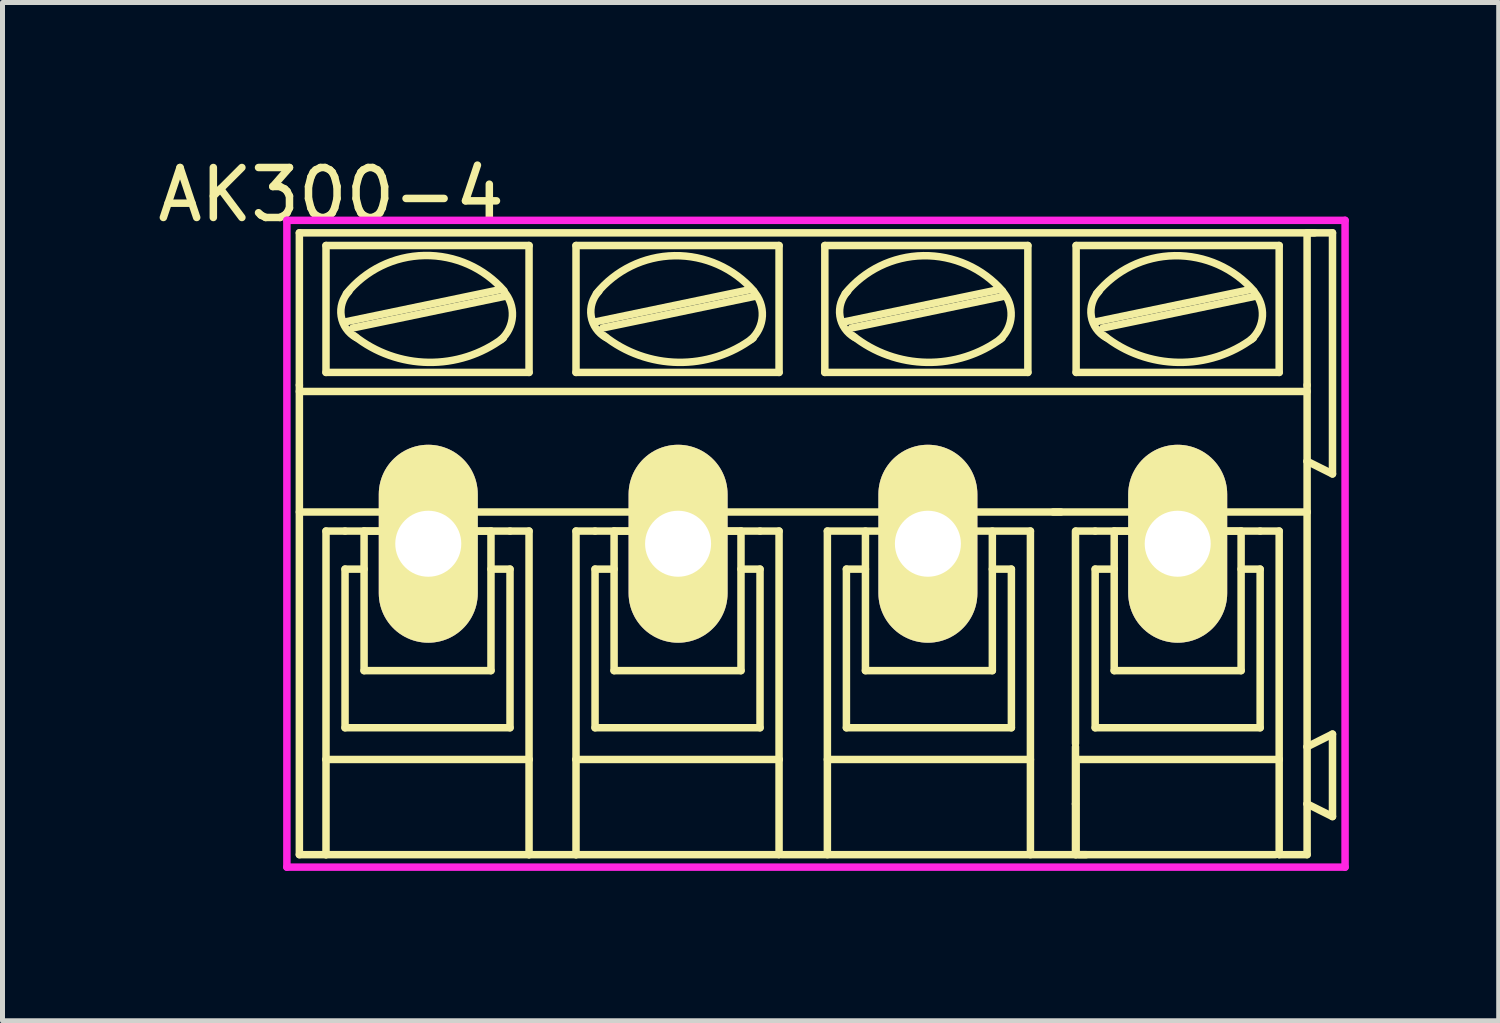
<source format=kicad_pcb>
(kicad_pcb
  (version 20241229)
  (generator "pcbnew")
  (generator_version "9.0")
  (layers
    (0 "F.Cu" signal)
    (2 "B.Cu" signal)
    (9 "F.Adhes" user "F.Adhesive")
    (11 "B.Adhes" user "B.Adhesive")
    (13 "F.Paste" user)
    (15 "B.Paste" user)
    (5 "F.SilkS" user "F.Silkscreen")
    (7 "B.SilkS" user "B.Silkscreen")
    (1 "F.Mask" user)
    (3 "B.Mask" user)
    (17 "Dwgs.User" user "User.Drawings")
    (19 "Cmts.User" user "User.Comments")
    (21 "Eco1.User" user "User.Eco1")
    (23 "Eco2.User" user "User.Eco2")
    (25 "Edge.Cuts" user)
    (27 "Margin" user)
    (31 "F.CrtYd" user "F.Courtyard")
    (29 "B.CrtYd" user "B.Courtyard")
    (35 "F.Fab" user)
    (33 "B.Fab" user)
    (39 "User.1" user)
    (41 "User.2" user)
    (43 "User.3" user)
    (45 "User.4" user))
  (footprint "AK300-4"
    (layer "F.Cu")
    (at 5.522 7.833)
    (property "Reference" "AK300-4" (at -1.945 -6.985 0) (layer "F.SilkS") (effects (font (size 1 1) (thickness 0.15))))
    (attr exclude_from_pos_files exclude_from_bom)
    (fp_line (start -2.58 -3.175) (end -2.58 -6.223) (stroke (width 0.15) (type solid)) (layer "F.SilkS"))
    (fp_line (start -2.58 -0.635) (end -2.58 -3.175) (stroke (width 0.15) (type solid)) (layer "F.SilkS"))
    (fp_line (start -2.58 6.223) (end -2.58 -0.635) (stroke (width 0.15) (type solid)) (layer "F.SilkS"))
    (fp_line (start -2.58 6.223) (end -2.047 6.223) (stroke (width 0.15) (type solid)) (layer "F.SilkS"))
    (fp_line (start -2.047 -3.429) (end -2.047 -5.969) (stroke (width 0.15) (type solid)) (layer "F.SilkS"))
    (fp_line (start -2.047 -0.254) (end -2.047 4.318) (stroke (width 0.15) (type solid)) (layer "F.SilkS"))
    (fp_line (start -2.047 -0.254) (end -1.666 -0.254) (stroke (width 0.15) (type solid)) (layer "F.SilkS"))
    (fp_line (start -2.047 4.318) (end -2.047 6.223) (stroke (width 0.15) (type solid)) (layer "F.SilkS"))
    (fp_line (start -2.047 6.223) (end 2.017 6.223) (stroke (width 0.15) (type solid)) (layer "F.SilkS"))
    (fp_line (start -1.666 0.508) (end -1.285 0.508) (stroke (width 0.15) (type solid)) (layer "F.SilkS"))
    (fp_line (start -1.666 3.683) (end -1.666 0.508) (stroke (width 0.15) (type solid)) (layer "F.SilkS"))
    (fp_line (start -1.64 -4.445) (end 1.41 -5.08) (stroke (width 0.15) (type solid)) (layer "F.SilkS"))
    (fp_line (start -1.513 -4.318) (end 1.535 -4.953) (stroke (width 0.15) (type solid)) (layer "F.SilkS"))
    (fp_line (start -1.285 -0.254) (end 1.255 -0.254) (stroke (width 0.15) (type solid)) (layer "F.SilkS"))
    (fp_line (start -1.285 2.54) (end -1.285 -0.254) (stroke (width 0.15) (type solid)) (layer "F.SilkS"))
    (fp_line (start -1.285 2.54) (end 1.255 2.54) (stroke (width 0.15) (type solid)) (layer "F.SilkS"))
    (fp_line (start 1.255 2.54) (end 1.255 -0.254) (stroke (width 0.15) (type solid)) (layer "F.SilkS"))
    (fp_line (start 1.636 -0.254) (end -1.666 -0.254) (stroke (width 0.15) (type solid)) (layer "F.SilkS"))
    (fp_line (start 1.636 0.508) (end 1.255 0.508) (stroke (width 0.15) (type solid)) (layer "F.SilkS"))
    (fp_line (start 1.636 3.683) (end -1.666 3.683) (stroke (width 0.15) (type solid)) (layer "F.SilkS"))
    (fp_line (start 1.636 3.683) (end 1.636 0.508) (stroke (width 0.15) (type solid)) (layer "F.SilkS"))
    (fp_line (start 2.017 -5.969) (end -2.047 -5.969) (stroke (width 0.15) (type solid)) (layer "F.SilkS"))
    (fp_line (start 2.017 -3.429) (end -2.047 -3.429) (stroke (width 0.15) (type solid)) (layer "F.SilkS"))
    (fp_line (start 2.017 -3.429) (end 2.017 -5.969) (stroke (width 0.15) (type solid)) (layer "F.SilkS"))
    (fp_line (start 2.017 -0.254) (end 1.636 -0.254) (stroke (width 0.15) (type solid)) (layer "F.SilkS"))
    (fp_line (start 2.017 4.318) (end -2.047 4.318) (stroke (width 0.15) (type solid)) (layer "F.SilkS"))
    (fp_line (start 2.017 4.318) (end 2.017 -0.254) (stroke (width 0.15) (type solid)) (layer "F.SilkS"))
    (fp_line (start 2.017 6.223) (end 2.017 4.318) (stroke (width 0.15) (type solid)) (layer "F.SilkS"))
    (fp_line (start 2.017 6.223) (end 2.957 6.223) (stroke (width 0.15) (type solid)) (layer "F.SilkS"))
    (fp_line (start 2.957 -5.969) (end 7.021 -5.969) (stroke (width 0.15) (type solid)) (layer "F.SilkS"))
    (fp_line (start 2.957 -3.429) (end 2.957 -5.969) (stroke (width 0.15) (type solid)) (layer "F.SilkS"))
    (fp_line (start 2.957 -0.254) (end 3.338 -0.254) (stroke (width 0.15) (type solid)) (layer "F.SilkS"))
    (fp_line (start 2.957 4.318) (end 2.957 -0.254) (stroke (width 0.15) (type solid)) (layer "F.SilkS"))
    (fp_line (start 2.957 4.318) (end 7.021 4.318) (stroke (width 0.15) (type solid)) (layer "F.SilkS"))
    (fp_line (start 2.957 6.223) (end 2.957 4.318) (stroke (width 0.15) (type solid)) (layer "F.SilkS"))
    (fp_line (start 2.957 6.223) (end 7.021 6.223) (stroke (width 0.15) (type solid)) (layer "F.SilkS"))
    (fp_line (start 3.338 -0.254) (end 6.64 -0.254) (stroke (width 0.15) (type solid)) (layer "F.SilkS"))
    (fp_line (start 3.338 0.508) (end 3.719 0.508) (stroke (width 0.15) (type solid)) (layer "F.SilkS"))
    (fp_line (start 3.338 3.683) (end 3.338 0.508) (stroke (width 0.15) (type solid)) (layer "F.SilkS"))
    (fp_line (start 3.364 -4.445) (end 6.412 -5.08) (stroke (width 0.15) (type solid)) (layer "F.SilkS"))
    (fp_line (start 3.491 -4.318) (end 6.539 -4.953) (stroke (width 0.15) (type solid)) (layer "F.SilkS"))
    (fp_line (start 3.719 -0.254) (end 6.259 -0.254) (stroke (width 0.15) (type solid)) (layer "F.SilkS"))
    (fp_line (start 3.719 2.54) (end 3.719 -0.254) (stroke (width 0.15) (type solid)) (layer "F.SilkS"))
    (fp_line (start 3.719 2.54) (end 6.259 2.54) (stroke (width 0.15) (type solid)) (layer "F.SilkS"))
    (fp_line (start 6.259 2.54) (end 6.259 -0.254) (stroke (width 0.15) (type solid)) (layer "F.SilkS"))
    (fp_line (start 6.64 0.508) (end 6.259 0.508) (stroke (width 0.15) (type solid)) (layer "F.SilkS"))
    (fp_line (start 6.64 3.683) (end 3.338 3.683) (stroke (width 0.15) (type solid)) (layer "F.SilkS"))
    (fp_line (start 6.64 3.683) (end 6.64 0.508) (stroke (width 0.15) (type solid)) (layer "F.SilkS"))
    (fp_line (start 7.021 -5.969) (end 7.021 -3.429) (stroke (width 0.15) (type solid)) (layer "F.SilkS"))
    (fp_line (start 7.021 -3.429) (end 2.957 -3.429) (stroke (width 0.15) (type solid)) (layer "F.SilkS"))
    (fp_line (start 7.021 -0.254) (end 6.64 -0.254) (stroke (width 0.15) (type solid)) (layer "F.SilkS"))
    (fp_line (start 7.021 -0.254) (end 7.021 4.318) (stroke (width 0.15) (type solid)) (layer "F.SilkS"))
    (fp_line (start 7.021 4.318) (end 7.021 6.223) (stroke (width 0.15) (type solid)) (layer "F.SilkS"))
    (fp_line (start 7.937 -5.969) (end 12.001 -5.969) (stroke (width 0.15) (type solid)) (layer "F.SilkS"))
    (fp_line (start 7.937 -3.429) (end 7.937 -5.969) (stroke (width 0.15) (type solid)) (layer "F.SilkS"))
    (fp_line (start 7.988 -0.254) (end 12.052 -0.254) (stroke (width 0.15) (type solid)) (layer "F.SilkS"))
    (fp_line (start 7.988 4.318) (end 12.052 4.318) (stroke (width 0.15) (type solid)) (layer "F.SilkS"))
    (fp_line (start 7.988 6.223) (end 7.988 -0.254) (stroke (width 0.15) (type solid)) (layer "F.SilkS"))
    (fp_line (start 8.344 -4.445) (end 11.392 -5.08) (stroke (width 0.15) (type solid)) (layer "F.SilkS"))
    (fp_line (start 8.369 0.508) (end 8.369 3.683) (stroke (width 0.15) (type solid)) (layer "F.SilkS"))
    (fp_line (start 8.369 0.508) (end 8.75 0.508) (stroke (width 0.15) (type solid)) (layer "F.SilkS"))
    (fp_line (start 8.369 3.683) (end 11.671 3.683) (stroke (width 0.15) (type solid)) (layer "F.SilkS"))
    (fp_line (start 8.471 -4.318) (end 11.519 -4.953) (stroke (width 0.15) (type solid)) (layer "F.SilkS"))
    (fp_line (start 8.75 -0.254) (end 8.75 2.54) (stroke (width 0.15) (type solid)) (layer "F.SilkS"))
    (fp_line (start 8.75 2.54) (end 11.29 2.54) (stroke (width 0.15) (type solid)) (layer "F.SilkS"))
    (fp_line (start 11.29 2.54) (end 11.29 -0.254) (stroke (width 0.15) (type solid)) (layer "F.SilkS"))
    (fp_line (start 11.671 0.508) (end 11.29 0.508) (stroke (width 0.15) (type solid)) (layer "F.SilkS"))
    (fp_line (start 11.671 3.683) (end 11.671 0.508) (stroke (width 0.15) (type solid)) (layer "F.SilkS"))
    (fp_line (start 12.001 -5.969) (end 12.001 -3.429) (stroke (width 0.15) (type solid)) (layer "F.SilkS"))
    (fp_line (start 12.001 -3.429) (end 7.937 -3.429) (stroke (width 0.15) (type solid)) (layer "F.SilkS"))
    (fp_line (start 12.052 6.223) (end 12.052 -0.254) (stroke (width 0.15) (type solid)) (layer "F.SilkS"))
    (fp_line (start 12.51 -0.635) (end 17.59 -0.635) (stroke (width 0.15) (type solid)) (layer "F.SilkS"))
    (fp_line (start 12.66 -0.635) (end -2.517 -0.635) (stroke (width 0.15) (type solid)) (layer "F.SilkS"))
    (fp_line (start 12.954 4) (end 12.954 -0.254) (stroke (width 0.15) (type solid)) (layer "F.SilkS"))
    (fp_line (start 12.954 4.064) (end 12.954 5.207) (stroke (width 0.15) (type solid)) (layer "F.SilkS"))
    (fp_line (start 12.954 5.207) (end 12.954 6.223) (stroke (width 0.15) (type solid)) (layer "F.SilkS"))
    (fp_line (start 12.967 -5.969) (end 17.031 -5.969) (stroke (width 0.15) (type solid)) (layer "F.SilkS"))
    (fp_line (start 12.967 -3.429) (end 12.967 -5.969) (stroke (width 0.15) (type solid)) (layer "F.SilkS"))
    (fp_line (start 12.967 -0.254) (end 13.348 -0.254) (stroke (width 0.15) (type solid)) (layer "F.SilkS"))
    (fp_line (start 12.967 4.318) (end 17.031 4.318) (stroke (width 0.15) (type solid)) (layer "F.SilkS"))
    (fp_line (start 12.967 6.223) (end 12.967 4.318) (stroke (width 0.15) (type solid)) (layer "F.SilkS"))
    (fp_line (start 13.168 6.223) (end 7.072 6.223) (stroke (width 0.15) (type solid)) (layer "F.SilkS"))
    (fp_line (start 13.348 -0.254) (end 16.65 -0.254) (stroke (width 0.15) (type solid)) (layer "F.SilkS"))
    (fp_line (start 13.348 0.508) (end 13.729 0.508) (stroke (width 0.15) (type solid)) (layer "F.SilkS"))
    (fp_line (start 13.348 3.683) (end 13.348 0.508) (stroke (width 0.15) (type solid)) (layer "F.SilkS"))
    (fp_line (start 13.374 -4.445) (end 16.422 -5.08) (stroke (width 0.15) (type solid)) (layer "F.SilkS"))
    (fp_line (start 13.501 -4.318) (end 16.549 -4.953) (stroke (width 0.15) (type solid)) (layer "F.SilkS"))
    (fp_line (start 13.729 -0.254) (end 16.269 -0.254) (stroke (width 0.15) (type solid)) (layer "F.SilkS"))
    (fp_line (start 13.729 2.54) (end 13.729 -0.254) (stroke (width 0.15) (type solid)) (layer "F.SilkS"))
    (fp_line (start 13.729 2.54) (end 16.269 2.54) (stroke (width 0.15) (type solid)) (layer "F.SilkS"))
    (fp_line (start 16.269 2.54) (end 16.269 -0.254) (stroke (width 0.15) (type solid)) (layer "F.SilkS"))
    (fp_line (start 16.65 0.508) (end 16.269 0.508) (stroke (width 0.15) (type solid)) (layer "F.SilkS"))
    (fp_line (start 16.65 3.683) (end 13.348 3.683) (stroke (width 0.15) (type solid)) (layer "F.SilkS"))
    (fp_line (start 16.65 3.683) (end 16.65 0.508) (stroke (width 0.15) (type solid)) (layer "F.SilkS"))
    (fp_line (start 16.955 6.223) (end 13.018 6.223) (stroke (width 0.15) (type solid)) (layer "F.SilkS"))
    (fp_line (start 17.031 -5.969) (end 17.031 -3.429) (stroke (width 0.15) (type solid)) (layer "F.SilkS"))
    (fp_line (start 17.031 -3.429) (end 12.967 -3.429) (stroke (width 0.15) (type solid)) (layer "F.SilkS"))
    (fp_line (start 17.031 -0.254) (end 16.65 -0.254) (stroke (width 0.15) (type solid)) (layer "F.SilkS"))
    (fp_line (start 17.031 -0.254) (end 17.031 4.318) (stroke (width 0.15) (type solid)) (layer "F.SilkS"))
    (fp_line (start 17.031 4.318) (end 17.031 6.223) (stroke (width 0.15) (type solid)) (layer "F.SilkS"))
    (fp_line (start 17.031 6.223) (end 17.59 6.223) (stroke (width 0.15) (type solid)) (layer "F.SilkS"))
    (fp_line (start 17.59 -6.223) (end 17.59 -3.175) (stroke (width 0.15) (type solid)) (layer "F.SilkS"))
    (fp_line (start 17.59 -6.223) (end 18.098 -6.223) (stroke (width 0.15) (type solid)) (layer "F.SilkS"))
    (fp_line (start 17.59 -3.175) (end 17.59 -1.651) (stroke (width 0.15) (type solid)) (layer "F.SilkS"))
    (fp_line (start 17.59 -3.048) (end -2.58 -3.048) (stroke (width 0.15) (type solid)) (layer "F.SilkS"))
    (fp_line (start 17.59 -1.651) (end 17.59 -0.635) (stroke (width 0.15) (type solid)) (layer "F.SilkS"))
    (fp_line (start 17.59 -0.635) (end 17.59 4.064) (stroke (width 0.15) (type solid)) (layer "F.SilkS"))
    (fp_line (start 17.59 4.064) (end 17.59 5.207) (stroke (width 0.15) (type solid)) (layer "F.SilkS"))
    (fp_line (start 17.59 5.207) (end 17.59 6.223) (stroke (width 0.15) (type solid)) (layer "F.SilkS"))
    (fp_line (start 17.74 -6.223) (end -2.58 -6.223) (stroke (width 0.15) (type solid)) (layer "F.SilkS"))
    (fp_line (start 18.098 -6.223) (end 18.098 -1.397) (stroke (width 0.15) (type solid)) (layer "F.SilkS"))
    (fp_line (start 18.098 -1.397) (end 17.59 -1.651) (stroke (width 0.15) (type solid)) (layer "F.SilkS"))
    (fp_line (start 18.098 3.81) (end 17.59 4.064) (stroke (width 0.15) (type solid)) (layer "F.SilkS"))
    (fp_line (start 18.098 3.81) (end 18.098 5.461) (stroke (width 0.15) (type solid)) (layer "F.SilkS"))
    (fp_line (start 18.098 5.461) (end 17.59 5.207) (stroke (width 0.15) (type solid)) (layer "F.SilkS"))
    (fp_arc (start -1.6402 -5.0038) (mid -0.075347 -5.768837) (end 1.516573 -5.061847) (stroke (width 0.15) (type solid)) (layer "F.SilkS"))
    (fp_arc (start -1.44462 -4.1275) (mid -1.742784 -4.553845) (end -1.58952 -5.051019) (stroke (width 0.15) (type solid)) (layer "F.SilkS"))
    (fp_arc (start 1.50178 -4.11734) (mid -0.000269 -3.630479) (end -1.485988 -4.165104) (stroke (width 0.15) (type solid)) (layer "F.SilkS"))
    (fp_arc (start 1.5094 -5.05206) (mid 1.683736 -4.555962) (end 1.45415 -4.08289) (stroke (width 0.15) (type solid)) (layer "F.SilkS"))
    (fp_arc (start 3.3636 -5.0038) (mid 4.926638 -5.764946) (end 6.514411 -5.056844) (stroke (width 0.15) (type solid)) (layer "F.SilkS"))
    (fp_arc (start 3.55664 -4.1275) (mid 3.259456 -4.555849) (end 3.414903 -5.053481) (stroke (width 0.15) (type solid)) (layer "F.SilkS"))
    (fp_arc (start 6.50304 -4.11734) (mid 5.000991 -3.630479) (end 3.515272 -4.165104) (stroke (width 0.15) (type solid)) (layer "F.SilkS"))
    (fp_arc (start 6.51066 -5.05206) (mid 6.685748 -4.557765) (end 6.457972 -4.085429) (stroke (width 0.15) (type solid)) (layer "F.SilkS"))
    (fp_arc (start 8.3436 -5.0038) (mid 9.906638 -5.764946) (end 11.494411 -5.056844) (stroke (width 0.15) (type solid)) (layer "F.SilkS"))
    (fp_arc (start 8.53664 -4.1275) (mid 8.239456 -4.555849) (end 8.394903 -5.053481) (stroke (width 0.15) (type solid)) (layer "F.SilkS"))
    (fp_arc (start 11.48304 -4.11734) (mid 9.980991 -3.630479) (end 8.495272 -4.165104) (stroke (width 0.15) (type solid)) (layer "F.SilkS"))
    (fp_arc (start 11.49066 -5.05206) (mid 11.665748 -4.557765) (end 11.437972 -4.085429) (stroke (width 0.15) (type solid)) (layer "F.SilkS"))
    (fp_arc (start 13.3736 -5.0038) (mid 14.936638 -5.764946) (end 16.524411 -5.056844) (stroke (width 0.15) (type solid)) (layer "F.SilkS"))
    (fp_arc (start 13.56664 -4.1275) (mid 13.269456 -4.555849) (end 13.424903 -5.053481) (stroke (width 0.15) (type solid)) (layer "F.SilkS"))
    (fp_arc (start 16.51304 -4.11734) (mid 15.010991 -3.630479) (end 13.525272 -4.165104) (stroke (width 0.15) (type solid)) (layer "F.SilkS"))
    (fp_arc (start 16.52066 -5.05206) (mid 16.695748 -4.557765) (end 16.467972 -4.085429) (stroke (width 0.15) (type solid)) (layer "F.SilkS"))
    (fp_line (start -2.83 -6.473) (end -2.83 6.473) (stroke (width 0.15) (type solid)) (layer "F.CrtYd"))
    (fp_line (start -2.83 -6.473) (end 18.35 -6.473) (stroke (width 0.15) (type solid)) (layer "F.CrtYd"))
    (fp_line (start -2.83 6.473) (end 18.35 6.473) (stroke (width 0.15) (type solid)) (layer "F.CrtYd"))
    (fp_line (start 18.35 -6.473) (end 18.35 6.473) (stroke (width 0.15) (type solid)) (layer "F.CrtYd"))
    (pad "1" thru_hole oval (at 0 0) (size 1.981 3.962) (drill 1.321) (layers "*.Cu" "F.Mask" "F.SilkS" "F.Paste"))
    (pad "2" thru_hole oval (at 5 0) (size 1.981 3.962) (drill 1.321) (layers "*.Cu" "F.Mask" "F.SilkS" "F.Paste"))
    (pad "3" thru_hole oval (at 10 0) (size 1.981 3.962) (drill 1.321) (layers "*.Cu" "*.Mask" "F.SilkS"))
    (pad "4" thru_hole oval (at 15 0) (size 1.981 3.962) (drill 1.321) (layers "*.Cu" "F.Mask" "F.SilkS" "F.Paste")))
  (gr_rect
    (start -3 -3)
    (end 26.947 17.381)
    (stroke (width 0.1) (type default))
    (fill no)
    (layer "Edge.Cuts")))
</source>
